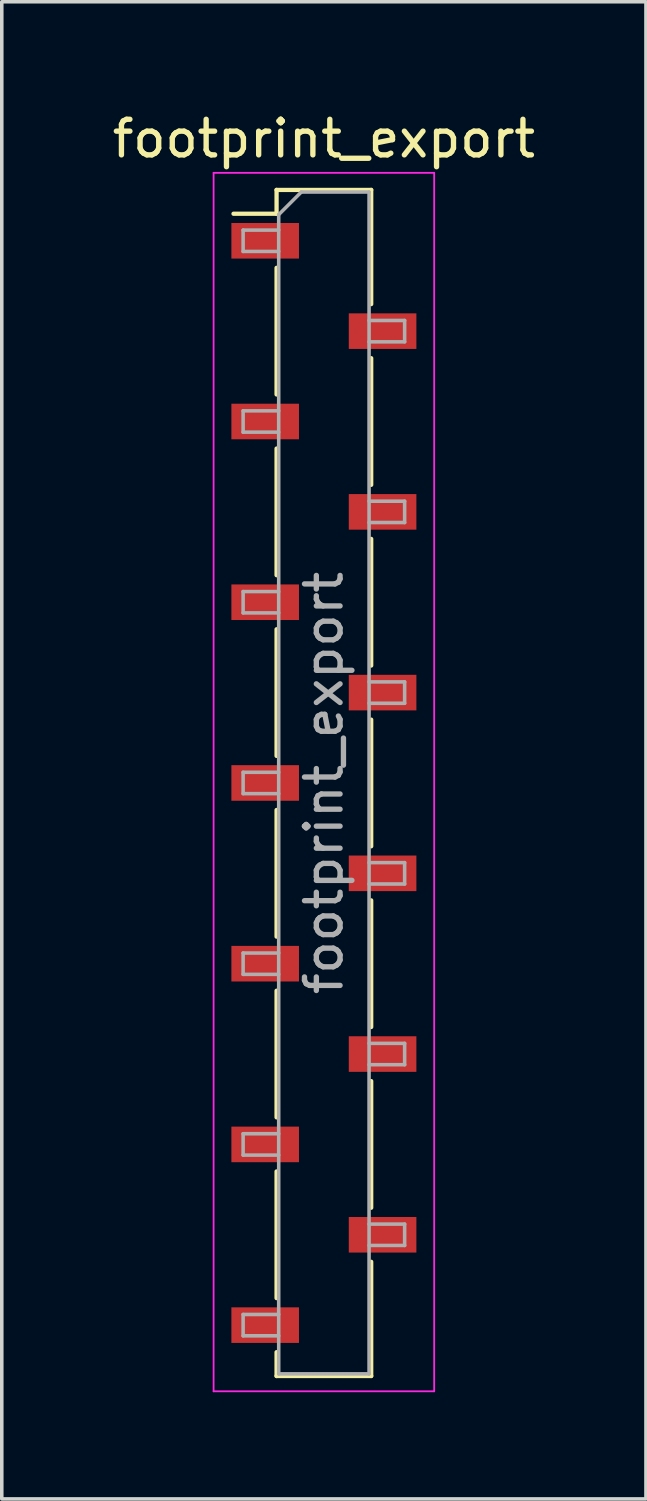
<source format=kicad_pcb>
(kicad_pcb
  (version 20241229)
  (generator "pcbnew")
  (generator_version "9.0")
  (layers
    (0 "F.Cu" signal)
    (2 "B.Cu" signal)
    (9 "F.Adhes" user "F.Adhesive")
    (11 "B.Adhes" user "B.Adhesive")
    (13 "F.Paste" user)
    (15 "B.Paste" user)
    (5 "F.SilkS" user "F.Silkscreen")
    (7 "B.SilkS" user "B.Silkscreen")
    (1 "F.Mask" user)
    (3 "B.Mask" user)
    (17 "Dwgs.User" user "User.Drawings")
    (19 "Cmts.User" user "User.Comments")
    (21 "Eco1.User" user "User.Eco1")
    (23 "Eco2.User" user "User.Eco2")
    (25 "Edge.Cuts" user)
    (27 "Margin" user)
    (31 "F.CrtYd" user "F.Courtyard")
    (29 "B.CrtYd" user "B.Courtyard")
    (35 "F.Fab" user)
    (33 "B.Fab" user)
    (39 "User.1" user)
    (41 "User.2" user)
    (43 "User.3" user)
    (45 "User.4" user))
  (footprint "footprint_export"
    (layer "F.Cu")
    (at 6.054 18.958)
    (property "Reference" "footprint_export" (at 0 -18.11 0) (layer "F.SilkS") (effects (font (size 1 1) (thickness 0.15))))
    (attr smd)
    (fp_line (start -2.54 -16) (end -1.33 -16) (stroke (width 0.12) (type solid)) (layer "F.SilkS"))
    (fp_line (start -1.33 -16.67) (end -1.33 -16) (stroke (width 0.12) (type solid)) (layer "F.SilkS"))
    (fp_line (start -1.33 -16.67) (end 1.33 -16.67) (stroke (width 0.12) (type solid)) (layer "F.SilkS"))
    (fp_line (start -1.33 -14.48) (end -1.33 -10.92) (stroke (width 0.12) (type solid)) (layer "F.SilkS"))
    (fp_line (start -1.33 -9.4) (end -1.33 -5.84) (stroke (width 0.12) (type solid)) (layer "F.SilkS"))
    (fp_line (start -1.33 -4.32) (end -1.33 -0.76) (stroke (width 0.12) (type solid)) (layer "F.SilkS"))
    (fp_line (start -1.33 0.76) (end -1.33 4.32) (stroke (width 0.12) (type solid)) (layer "F.SilkS"))
    (fp_line (start -1.33 5.84) (end -1.33 9.4) (stroke (width 0.12) (type solid)) (layer "F.SilkS"))
    (fp_line (start -1.33 10.92) (end -1.33 14.48) (stroke (width 0.12) (type solid)) (layer "F.SilkS"))
    (fp_line (start -1.33 16) (end -1.33 16.67) (stroke (width 0.12) (type solid)) (layer "F.SilkS"))
    (fp_line (start -1.33 16.67) (end 1.33 16.67) (stroke (width 0.12) (type solid)) (layer "F.SilkS"))
    (fp_line (start 1.33 -16.67) (end 1.33 -13.46) (stroke (width 0.12) (type solid)) (layer "F.SilkS"))
    (fp_line (start 1.33 -11.94) (end 1.33 -8.38) (stroke (width 0.12) (type solid)) (layer "F.SilkS"))
    (fp_line (start 1.33 -6.86) (end 1.33 -3.3) (stroke (width 0.12) (type solid)) (layer "F.SilkS"))
    (fp_line (start 1.33 -1.78) (end 1.33 1.78) (stroke (width 0.12) (type solid)) (layer "F.SilkS"))
    (fp_line (start 1.33 3.3) (end 1.33 6.86) (stroke (width 0.12) (type solid)) (layer "F.SilkS"))
    (fp_line (start 1.33 8.38) (end 1.33 11.94) (stroke (width 0.12) (type solid)) (layer "F.SilkS"))
    (fp_line (start 1.33 13.46) (end 1.33 16.67) (stroke (width 0.12) (type solid)) (layer "F.SilkS"))
    (fp_line (start -3.1 -17.15) (end 3.1 -17.15) (stroke (width 0.05) (type solid)) (layer "F.CrtYd"))
    (fp_line (start -3.1 17.1) (end -3.1 -17.15) (stroke (width 0.05) (type solid)) (layer "F.CrtYd"))
    (fp_line (start 3.1 -17.15) (end 3.1 17.1) (stroke (width 0.05) (type solid)) (layer "F.CrtYd"))
    (fp_line (start 3.1 17.1) (end -3.1 17.1) (stroke (width 0.05) (type solid)) (layer "F.CrtYd"))
    (fp_line (start -2.27 -15.54) (end -1.27 -15.54) (stroke (width 0.1) (type solid)) (layer "F.Fab"))
    (fp_line (start -2.27 -14.94) (end -2.27 -15.54) (stroke (width 0.1) (type solid)) (layer "F.Fab"))
    (fp_line (start -2.27 -10.46) (end -1.27 -10.46) (stroke (width 0.1) (type solid)) (layer "F.Fab"))
    (fp_line (start -2.27 -9.86) (end -2.27 -10.46) (stroke (width 0.1) (type solid)) (layer "F.Fab"))
    (fp_line (start -2.27 -5.38) (end -1.27 -5.38) (stroke (width 0.1) (type solid)) (layer "F.Fab"))
    (fp_line (start -2.27 -4.78) (end -2.27 -5.38) (stroke (width 0.1) (type solid)) (layer "F.Fab"))
    (fp_line (start -2.27 -0.3) (end -1.27 -0.3) (stroke (width 0.1) (type solid)) (layer "F.Fab"))
    (fp_line (start -2.27 0.3) (end -2.27 -0.3) (stroke (width 0.1) (type solid)) (layer "F.Fab"))
    (fp_line (start -2.27 4.78) (end -1.27 4.78) (stroke (width 0.1) (type solid)) (layer "F.Fab"))
    (fp_line (start -2.27 5.38) (end -2.27 4.78) (stroke (width 0.1) (type solid)) (layer "F.Fab"))
    (fp_line (start -2.27 9.86) (end -1.27 9.86) (stroke (width 0.1) (type solid)) (layer "F.Fab"))
    (fp_line (start -2.27 10.46) (end -2.27 9.86) (stroke (width 0.1) (type solid)) (layer "F.Fab"))
    (fp_line (start -2.27 14.94) (end -1.27 14.94) (stroke (width 0.1) (type solid)) (layer "F.Fab"))
    (fp_line (start -2.27 15.54) (end -2.27 14.94) (stroke (width 0.1) (type solid)) (layer "F.Fab"))
    (fp_line (start -1.27 -15.975) (end -0.635 -16.61) (stroke (width 0.1) (type solid)) (layer "F.Fab"))
    (fp_line (start -1.27 -14.94) (end -2.27 -14.94) (stroke (width 0.1) (type solid)) (layer "F.Fab"))
    (fp_line (start -1.27 -9.86) (end -2.27 -9.86) (stroke (width 0.1) (type solid)) (layer "F.Fab"))
    (fp_line (start -1.27 -4.78) (end -2.27 -4.78) (stroke (width 0.1) (type solid)) (layer "F.Fab"))
    (fp_line (start -1.27 0.3) (end -2.27 0.3) (stroke (width 0.1) (type solid)) (layer "F.Fab"))
    (fp_line (start -1.27 5.38) (end -2.27 5.38) (stroke (width 0.1) (type solid)) (layer "F.Fab"))
    (fp_line (start -1.27 10.46) (end -2.27 10.46) (stroke (width 0.1) (type solid)) (layer "F.Fab"))
    (fp_line (start -1.27 15.54) (end -2.27 15.54) (stroke (width 0.1) (type solid)) (layer "F.Fab"))
    (fp_line (start -1.27 16.61) (end -1.27 -15.975) (stroke (width 0.1) (type solid)) (layer "F.Fab"))
    (fp_line (start -0.635 -16.61) (end 1.27 -16.61) (stroke (width 0.1) (type solid)) (layer "F.Fab"))
    (fp_line (start 1.27 -16.61) (end 1.27 16.61) (stroke (width 0.1) (type solid)) (layer "F.Fab"))
    (fp_line (start 1.27 -13) (end 2.27 -13) (stroke (width 0.1) (type solid)) (layer "F.Fab"))
    (fp_line (start 1.27 -7.92) (end 2.27 -7.92) (stroke (width 0.1) (type solid)) (layer "F.Fab"))
    (fp_line (start 1.27 -2.84) (end 2.27 -2.84) (stroke (width 0.1) (type solid)) (layer "F.Fab"))
    (fp_line (start 1.27 2.24) (end 2.27 2.24) (stroke (width 0.1) (type solid)) (layer "F.Fab"))
    (fp_line (start 1.27 7.32) (end 2.27 7.32) (stroke (width 0.1) (type solid)) (layer "F.Fab"))
    (fp_line (start 1.27 12.4) (end 2.27 12.4) (stroke (width 0.1) (type solid)) (layer "F.Fab"))
    (fp_line (start 1.27 16.61) (end -1.27 16.61) (stroke (width 0.1) (type solid)) (layer "F.Fab"))
    (fp_line (start 2.27 -13) (end 2.27 -12.4) (stroke (width 0.1) (type solid)) (layer "F.Fab"))
    (fp_line (start 2.27 -12.4) (end 1.27 -12.4) (stroke (width 0.1) (type solid)) (layer "F.Fab"))
    (fp_line (start 2.27 -7.92) (end 2.27 -7.32) (stroke (width 0.1) (type solid)) (layer "F.Fab"))
    (fp_line (start 2.27 -7.32) (end 1.27 -7.32) (stroke (width 0.1) (type solid)) (layer "F.Fab"))
    (fp_line (start 2.27 -2.84) (end 2.27 -2.24) (stroke (width 0.1) (type solid)) (layer "F.Fab"))
    (fp_line (start 2.27 -2.24) (end 1.27 -2.24) (stroke (width 0.1) (type solid)) (layer "F.Fab"))
    (fp_line (start 2.27 2.24) (end 2.27 2.84) (stroke (width 0.1) (type solid)) (layer "F.Fab"))
    (fp_line (start 2.27 2.84) (end 1.27 2.84) (stroke (width 0.1) (type solid)) (layer "F.Fab"))
    (fp_line (start 2.27 7.32) (end 2.27 7.92) (stroke (width 0.1) (type solid)) (layer "F.Fab"))
    (fp_line (start 2.27 7.92) (end 1.27 7.92) (stroke (width 0.1) (type solid)) (layer "F.Fab"))
    (fp_line (start 2.27 12.4) (end 2.27 13) (stroke (width 0.1) (type solid)) (layer "F.Fab"))
    (fp_line (start 2.27 13) (end 1.27 13) (stroke (width 0.1) (type solid)) (layer "F.Fab"))
    (fp_text user "${REFERENCE}" (at 0 0 90) (layer "F.Fab") (effects (font (size 1 1) (thickness 0.15))))
    (pad "1" smd rect (at -1.65 -15.24) (size 1.9 1) (layers "F.Cu" "F.Mask" "F.Paste"))
    (pad "2" smd rect (at 1.65 -12.7) (size 1.9 1) (layers "F.Cu" "F.Mask" "F.Paste"))
    (pad "3" smd rect (at -1.65 -10.16) (size 1.9 1) (layers "F.Cu" "F.Mask" "F.Paste"))
    (pad "4" smd rect (at 1.65 -7.62) (size 1.9 1) (layers "F.Cu" "F.Mask" "F.Paste"))
    (pad "5" smd rect (at -1.65 -5.08) (size 1.9 1) (layers "F.Cu" "F.Mask" "F.Paste"))
    (pad "6" smd rect (at 1.65 -2.54) (size 1.9 1) (layers "F.Cu" "F.Mask" "F.Paste"))
    (pad "7" smd rect (at -1.65 0) (size 1.9 1) (layers "F.Cu" "F.Mask" "F.Paste"))
    (pad "8" smd rect (at 1.65 2.54) (size 1.9 1) (layers "F.Cu" "F.Mask" "F.Paste"))
    (pad "9" smd rect (at -1.65 5.08) (size 1.9 1) (layers "F.Cu" "F.Mask" "F.Paste"))
    (pad "10" smd rect (at 1.65 7.62) (size 1.9 1) (layers "F.Cu" "F.Mask" "F.Paste"))
    (pad "11" smd rect (at -1.65 10.16) (size 1.9 1) (layers "F.Cu" "F.Mask" "F.Paste"))
    (pad "12" smd rect (at 1.65 12.7) (size 1.9 1) (layers "F.Cu" "F.Mask" "F.Paste"))
    (pad "13" smd rect (at -1.65 15.24) (size 1.9 1) (layers "F.Cu" "F.Mask" "F.Paste")))
  (gr_rect
    (start -3 -3)
    (end 15.107 39.083)
    (stroke (width 0.1) (type default))
    (fill no)
    (layer "Edge.Cuts")))
</source>
